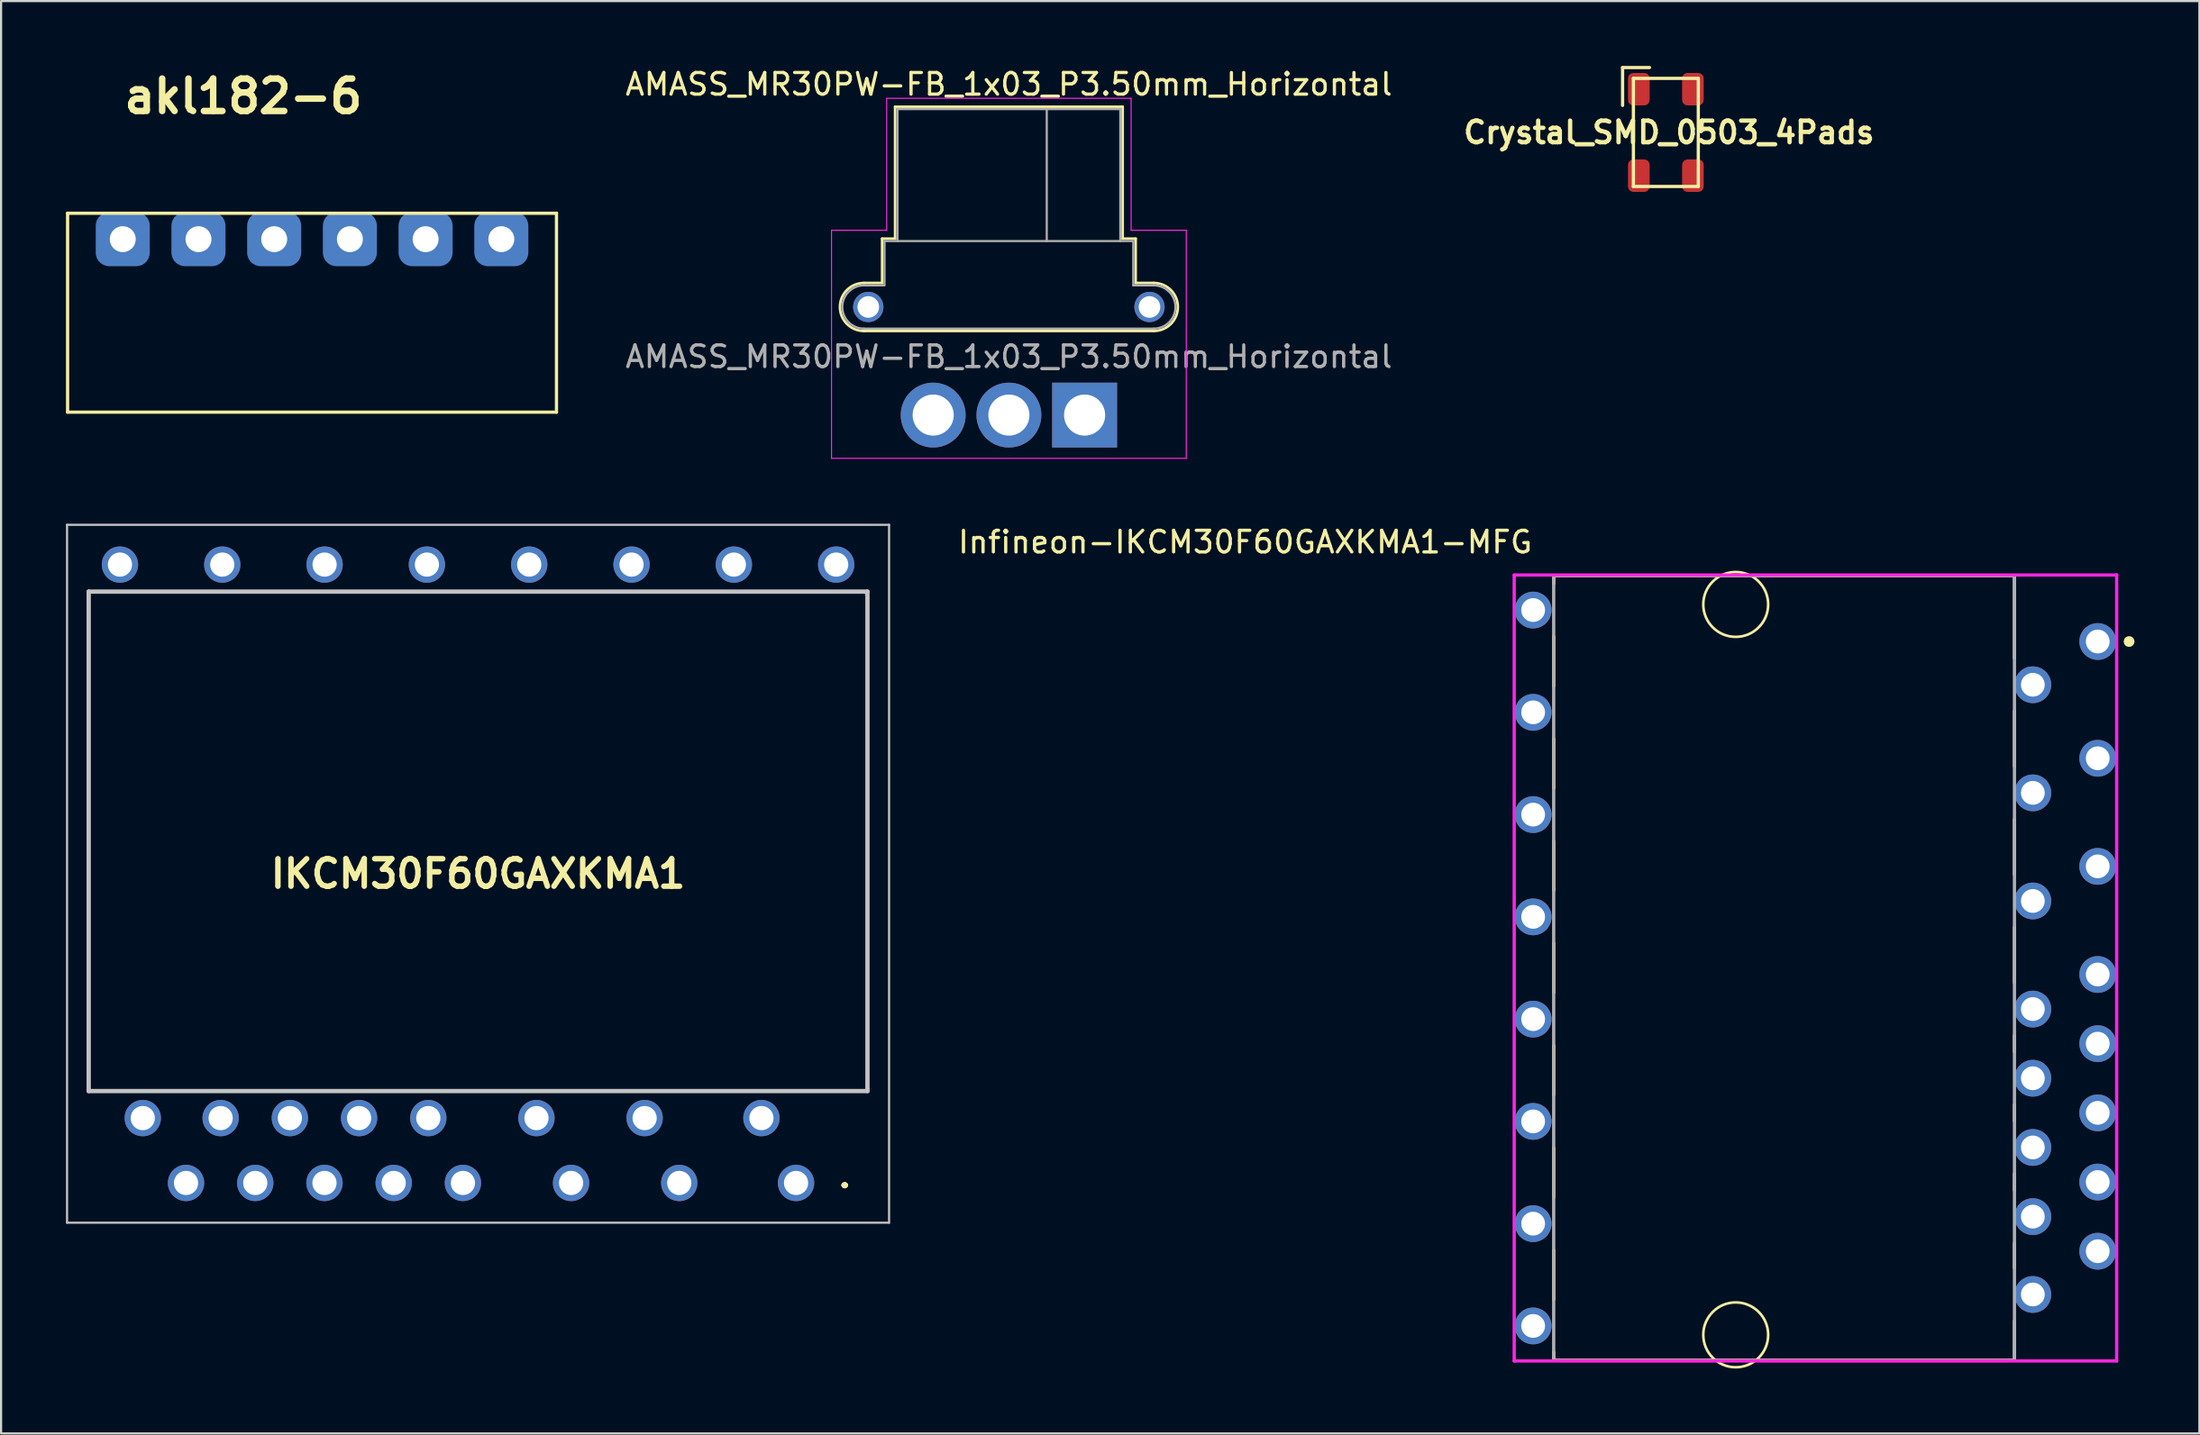
<source format=kicad_pcb>
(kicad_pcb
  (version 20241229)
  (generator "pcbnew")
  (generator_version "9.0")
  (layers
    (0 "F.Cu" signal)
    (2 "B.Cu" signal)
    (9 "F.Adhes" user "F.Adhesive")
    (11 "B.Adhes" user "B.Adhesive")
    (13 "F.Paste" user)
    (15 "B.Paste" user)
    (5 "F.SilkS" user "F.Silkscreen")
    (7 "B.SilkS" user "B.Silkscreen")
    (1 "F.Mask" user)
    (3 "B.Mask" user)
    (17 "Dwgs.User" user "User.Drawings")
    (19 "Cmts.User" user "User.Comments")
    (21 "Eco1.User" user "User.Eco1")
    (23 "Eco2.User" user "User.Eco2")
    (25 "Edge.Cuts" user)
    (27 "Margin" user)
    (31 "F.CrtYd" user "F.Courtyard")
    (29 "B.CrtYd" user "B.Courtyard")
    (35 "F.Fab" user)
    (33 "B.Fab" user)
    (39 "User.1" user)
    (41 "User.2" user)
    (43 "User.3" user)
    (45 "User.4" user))
  (footprint "akl182-6"
    (layer "F.Cu")
    (at 2.625 8.012)
    (property "Reference" "akl182-6" (at 5.572 -6.608 0) (layer "F.SilkS") (effects (font (size 1.5 1.5) (thickness 0.3))))
    (attr through_hole)
    (fp_line (start -2.55 -1.2) (end 20.05 -1.2) (stroke (width 0.15) (type solid)) (layer "F.SilkS"))
    (fp_line (start -2.55 8) (end -2.55 -1.2) (stroke (width 0.15) (type solid)) (layer "F.SilkS"))
    (fp_line (start -2.55 8) (end 20.05 8) (stroke (width 0.15) (type solid)) (layer "F.SilkS"))
    (fp_line (start 20.05 -1.2) (end 20.05 8) (stroke (width 0.15) (type solid)) (layer "F.SilkS"))
    (pad "1" thru_hole circle (at 0 0) (size 1.5 1.5) (drill 1.2) (layers "*.Cu" "*.Mask"))
    (pad "1" smd roundrect (at 0 0) (size 2.5 2.5) (layers "B.Cu" "B.Mask") (roundrect_rratio 0.25))
    (pad "2" thru_hole circle (at 3.5 0) (size 1.5 1.5) (drill 1.2) (layers "*.Cu" "*.Mask"))
    (pad "2" smd roundrect (at 3.5 0) (size 2.5 2.5) (layers "B.Cu" "B.Mask") (roundrect_rratio 0.25))
    (pad "3" thru_hole circle (at 7 0) (size 1.5 1.5) (drill 1.2) (layers "*.Cu" "*.Mask"))
    (pad "3" smd roundrect (at 7 0) (size 2.5 2.5) (layers "B.Cu" "B.Mask") (roundrect_rratio 0.25))
    (pad "4" thru_hole circle (at 10.5 0) (size 1.5 1.5) (drill 1.2) (layers "*.Cu" "*.Mask"))
    (pad "4" smd roundrect (at 10.5 0) (size 2.5 2.5) (layers "B.Cu" "B.Mask") (roundrect_rratio 0.25))
    (pad "5" thru_hole circle (at 14 0) (size 1.5 1.5) (drill 1.2) (layers "*.Cu" "*.Mask"))
    (pad "5" smd roundrect (at 14 0) (size 2.5 2.5) (layers "B.Cu" "B.Mask") (roundrect_rratio 0.25))
    (pad "6" thru_hole circle (at 17.5 0) (size 1.5 1.5) (drill 1.2) (layers "*.Cu" "*.Mask"))
    (pad "6" smd roundrect (at 17.5 0) (size 2.5 2.5) (layers "B.Cu" "B.Mask") (roundrect_rratio 0.25)))
  (footprint "Infineon-IKCM30F60GAXKMA1-MFG"
    (layer "F.Cu")
    (at 79.424 41.721)
    (property "Reference" "Infineon-IKCM30F60GAXKMA1-MFG" (at -11.55 -19.7 180) (layer "F.SilkS") (effects (font (size 1 1) (thickness 0.15)) (justify right)))
    (attr through_hole)
    (fp_line (start -10.65 -18.15) (end 10.65 -18.15) (stroke (width 0.15) (type solid)) (layer "F.SilkS"))
    (fp_line (start -10.65 -17.78) (end -10.65 -18.15) (stroke (width 0.15) (type solid)) (layer "F.SilkS"))
    (fp_line (start -10.65 -13.05) (end -10.65 -15.33) (stroke (width 0.15) (type solid)) (layer "F.SilkS"))
    (fp_line (start -10.65 -8.32) (end -10.65 -10.6) (stroke (width 0.15) (type solid)) (layer "F.SilkS"))
    (fp_line (start -10.65 -3.59) (end -10.65 -5.87) (stroke (width 0.15) (type solid)) (layer "F.SilkS"))
    (fp_line (start -10.65 1.14) (end -10.65 -1.14) (stroke (width 0.15) (type solid)) (layer "F.SilkS"))
    (fp_line (start -10.65 5.87) (end -10.65 3.59) (stroke (width 0.15) (type solid)) (layer "F.SilkS"))
    (fp_line (start -10.65 10.6) (end -10.65 8.32) (stroke (width 0.15) (type solid)) (layer "F.SilkS"))
    (fp_line (start -10.65 15.33) (end -10.65 13.05) (stroke (width 0.15) (type solid)) (layer "F.SilkS"))
    (fp_line (start -10.65 18.15) (end -10.65 17.78) (stroke (width 0.15) (type solid)) (layer "F.SilkS"))
    (fp_line (start -10.65 18.15) (end 10.65 18.15) (stroke (width 0.15) (type solid)) (layer "F.SilkS"))
    (fp_line (start 10.65 -14.325) (end 10.65 -18.15) (stroke (width 0.15) (type solid)) (layer "F.SilkS"))
    (fp_line (start 10.65 -9.325) (end 10.65 -11.875) (stroke (width 0.15) (type solid)) (layer "F.SilkS"))
    (fp_line (start 10.65 -4.325) (end 10.65 -6.875) (stroke (width 0.15) (type solid)) (layer "F.SilkS"))
    (fp_line (start 10.65 0.675) (end 10.65 -1.875) (stroke (width 0.15) (type solid)) (layer "F.SilkS"))
    (fp_line (start 10.65 3.875) (end 10.65 3.125) (stroke (width 0.15) (type solid)) (layer "F.SilkS"))
    (fp_line (start 10.65 7.075) (end 10.65 6.325) (stroke (width 0.15) (type solid)) (layer "F.SilkS"))
    (fp_line (start 10.65 10.275) (end 10.65 9.525) (stroke (width 0.15) (type solid)) (layer "F.SilkS"))
    (fp_line (start 10.65 13.875) (end 10.65 12.725) (stroke (width 0.15) (type solid)) (layer "F.SilkS"))
    (fp_line (start 10.65 18.15) (end 10.65 16.325) (stroke (width 0.15) (type solid)) (layer "F.SilkS"))
    (fp_circle (center -2.235 -16.815) (end -0.735 -16.815) (stroke (width 0.12) (type solid)) (fill no) (layer "F.SilkS"))
    (fp_circle (center -2.235 16.967) (end -0.735 16.967) (stroke (width 0.12) (type solid)) (fill no) (layer "F.SilkS"))
    (fp_circle (center 15.95 -15.1) (end 16.075 -15.1) (stroke (width 0.25) (type solid)) (fill no) (layer "F.SilkS"))
    (fp_line (start -12.475 -18.175) (end -12.475 18.175) (stroke (width 0.15) (type solid)) (layer "F.CrtYd"))
    (fp_line (start -12.475 18.175) (end 15.375 18.175) (stroke (width 0.15) (type solid)) (layer "F.CrtYd"))
    (fp_line (start 15.375 -18.175) (end -12.475 -18.175) (stroke (width 0.15) (type solid)) (layer "F.CrtYd"))
    (fp_line (start 15.375 -18.175) (end 15.375 -18.175) (stroke (width 0.15) (type solid)) (layer "F.CrtYd"))
    (fp_line (start 15.375 18.175) (end 15.375 -18.175) (stroke (width 0.15) (type solid)) (layer "F.CrtYd"))
    (fp_line (start -10.65 -18.15) (end 10.65 -18.15) (stroke (width 0.15) (type solid)) (layer "F.Fab"))
    (fp_line (start -10.65 18.15) (end -10.65 -18.15) (stroke (width 0.15) (type solid)) (layer "F.Fab"))
    (fp_line (start 10.65 -18.15) (end 10.65 18.15) (stroke (width 0.15) (type solid)) (layer "F.Fab"))
    (fp_line (start 10.65 18.15) (end -10.65 18.15) (stroke (width 0.15) (type solid)) (layer "F.Fab"))
    (pad "1" thru_hole circle (at 14.5 -15.1) (size 1.7 1.7) (drill 1.1) (layers "*.Cu" "*.Mask"))
    (pad "2" thru_hole circle (at 11.5 -13.1) (size 1.7 1.7) (drill 1.1) (layers "*.Cu" "*.Mask"))
    (pad "3" thru_hole circle (at 14.5 -9.7) (size 1.7 1.7) (drill 1.1) (layers "*.Cu" "*.Mask"))
    (pad "4" thru_hole circle (at 11.5 -8.1) (size 1.7 1.7) (drill 1.1) (layers "*.Cu" "*.Mask"))
    (pad "5" thru_hole circle (at 14.5 -4.7) (size 1.7 1.7) (drill 1.1) (layers "*.Cu" "*.Mask"))
    (pad "6" thru_hole circle (at 11.5 -3.1) (size 1.7 1.7) (drill 1.1) (layers "*.Cu" "*.Mask"))
    (pad "7" thru_hole circle (at 14.5 0.3) (size 1.7 1.7) (drill 1.1) (layers "*.Cu" "*.Mask"))
    (pad "8" thru_hole circle (at 11.5 1.9) (size 1.7 1.7) (drill 1.1) (layers "*.Cu" "*.Mask"))
    (pad "9" thru_hole circle (at 14.5 3.5) (size 1.7 1.7) (drill 1.1) (layers "*.Cu" "*.Mask"))
    (pad "10" thru_hole circle (at 11.5 5.1) (size 1.7 1.7) (drill 1.1) (layers "*.Cu" "*.Mask"))
    (pad "11" thru_hole circle (at 14.5 6.7) (size 1.7 1.7) (drill 1.1) (layers "*.Cu" "*.Mask"))
    (pad "12" thru_hole circle (at 11.5 8.3) (size 1.7 1.7) (drill 1.1) (layers "*.Cu" "*.Mask"))
    (pad "13" thru_hole circle (at 14.5 9.9) (size 1.7 1.7) (drill 1.1) (layers "*.Cu" "*.Mask"))
    (pad "14" thru_hole circle (at 11.5 11.5) (size 1.7 1.7) (drill 1.1) (layers "*.Cu" "*.Mask"))
    (pad "15" thru_hole circle (at 14.5 13.1) (size 1.7 1.7) (drill 1.1) (layers "*.Cu" "*.Mask"))
    (pad "16" thru_hole circle (at 11.5 15.1) (size 1.7 1.7) (drill 1.1) (layers "*.Cu" "*.Mask"))
    (pad "17" thru_hole circle (at -11.6 16.555) (size 1.7 1.7) (drill 1.1) (layers "*.Cu" "*.Mask"))
    (pad "18" thru_hole circle (at -11.6 11.825) (size 1.7 1.7) (drill 1.1) (layers "*.Cu" "*.Mask"))
    (pad "19" thru_hole circle (at -11.6 7.095) (size 1.7 1.7) (drill 1.1) (layers "*.Cu" "*.Mask"))
    (pad "20" thru_hole circle (at -11.6 2.365) (size 1.7 1.7) (drill 1.1) (layers "*.Cu" "*.Mask"))
    (pad "21" thru_hole circle (at -11.6 -2.365) (size 1.7 1.7) (drill 1.1) (layers "*.Cu" "*.Mask"))
    (pad "22" thru_hole circle (at -11.6 -7.095) (size 1.7 1.7) (drill 1.1) (layers "*.Cu" "*.Mask"))
    (pad "23" thru_hole circle (at -11.6 -11.825) (size 1.7 1.7) (drill 1.1) (layers "*.Cu" "*.Mask"))
    (pad "24" thru_hole circle (at -11.6 -16.555) (size 1.7 1.7) (drill 1.1) (layers "*.Cu" "*.Mask")))
  (footprint "Crystal_SMD_0503_4Pads"
    (layer "F.Cu")
    (at 73.959 3.075)
    (property "Reference" "Crystal_SMD_0503_4Pads" (at 0.146 0 0) (layer "F.SilkS") (effects (font (size 1 1) (thickness 0.2))))
    (attr smd)
    (fp_line (start -2 -3) (end -2 -1.25) (stroke (width 0.15) (type solid)) (layer "F.SilkS"))
    (fp_line (start -1.5 -2.5) (end 1.5 -2.5) (stroke (width 0.15) (type solid)) (layer "F.SilkS"))
    (fp_line (start -1.5 2.5) (end -1.5 -2.5) (stroke (width 0.15) (type solid)) (layer "F.SilkS"))
    (fp_line (start -0.75 -3) (end -2 -3) (stroke (width 0.15) (type solid)) (layer "F.SilkS"))
    (fp_line (start 1.5 -2.5) (end 1.5 2.5) (stroke (width 0.15) (type solid)) (layer "F.SilkS"))
    (fp_line (start 1.5 2.5) (end -1.5 2.5) (stroke (width 0.15) (type solid)) (layer "F.SilkS"))
    (pad "1" smd roundrect (at -1.25 -2 270) (size 1.5 1) (layers "F.Cu" "F.Mask" "F.Paste") (roundrect_rratio 0.25))
    (pad "2" smd roundrect (at 1.25 2 270) (size 1.5 1) (layers "F.Cu" "F.Mask" "F.Paste") (roundrect_rratio 0.25))
    (pad "3" smd roundrect (at -1.25 2 270) (size 1.5 1) (layers "F.Cu" "F.Mask" "F.Paste") (roundrect_rratio 0.25))
    (pad "3" smd roundrect (at 1.25 -2 270) (size 1.5 1) (layers "F.Cu" "F.Mask" "F.Paste") (roundrect_rratio 0.25)))
  (footprint "AMASS_MR30PW-FB_1x03_P3.50mm_Horizontal"
    (layer "F.Cu")
    (at 47.089 16.148)
    (property "Reference" "AMASS_MR30PW-FB_1x03_P3.50mm_Horizontal" (at -3.5 -15.3 0) (layer "F.SilkS") (effects (font (size 1 1) (thickness 0.15))))
    (attr through_hole)
    (fp_line (start -10.2 -6.11) (end -9.36 -6.11) (stroke (width 0.12) (type solid)) (layer "F.SilkS"))
    (fp_line (start -10.2 -3.89) (end 3.2 -3.89) (stroke (width 0.12) (type solid)) (layer "F.SilkS"))
    (fp_line (start -9.36 -8.16) (end -9.36 -6.11) (stroke (width 0.12) (type solid)) (layer "F.SilkS"))
    (fp_line (start -9.36 -8.16) (end -8.76 -8.16) (stroke (width 0.12) (type solid)) (layer "F.SilkS"))
    (fp_line (start -8.76 -14.26) (end -8.76 -8.16) (stroke (width 0.12) (type solid)) (layer "F.SilkS"))
    (fp_line (start -8.76 -14.26) (end 1.76 -14.26) (stroke (width 0.12) (type solid)) (layer "F.SilkS"))
    (fp_line (start 1.76 -14.26) (end 1.76 -8.16) (stroke (width 0.12) (type solid)) (layer "F.SilkS"))
    (fp_line (start 1.76 -8.16) (end 2.36 -8.16) (stroke (width 0.12) (type solid)) (layer "F.SilkS"))
    (fp_line (start 2.36 -8.16) (end 2.36 -6.11) (stroke (width 0.12) (type solid)) (layer "F.SilkS"))
    (fp_line (start 2.36 -6.11) (end 3.2 -6.11) (stroke (width 0.12) (type solid)) (layer "F.SilkS"))
    (fp_arc (start -10.2 -3.89) (mid -11.31 -5) (end -10.2 -6.11) (stroke (width 0.12) (type solid)) (layer "F.SilkS"))
    (fp_arc (start 3.2 -6.11) (mid 4.31 -5) (end 3.2 -3.89) (stroke (width 0.12) (type solid)) (layer "F.SilkS"))
    (fp_line (start -11.7 -8.55) (end -11.7 2) (stroke (width 0.05) (type solid)) (layer "F.CrtYd"))
    (fp_line (start -11.7 2) (end 4.7 2) (stroke (width 0.05) (type solid)) (layer "F.CrtYd"))
    (fp_line (start -9.15 -14.65) (end -9.15 -8.55) (stroke (width 0.05) (type solid)) (layer "F.CrtYd"))
    (fp_line (start -9.15 -14.65) (end 2.15 -14.65) (stroke (width 0.05) (type solid)) (layer "F.CrtYd"))
    (fp_line (start -9.15 -8.55) (end -11.7 -8.55) (stroke (width 0.05) (type solid)) (layer "F.CrtYd"))
    (fp_line (start 2.15 -14.65) (end 2.15 -8.55) (stroke (width 0.05) (type solid)) (layer "F.CrtYd"))
    (fp_line (start 4.7 -8.55) (end 2.15 -8.55) (stroke (width 0.05) (type solid)) (layer "F.CrtYd"))
    (fp_line (start 4.7 -8.55) (end 4.7 2) (stroke (width 0.05) (type solid)) (layer "F.CrtYd"))
    (fp_line (start -10.2 -6) (end -9.25 -6) (stroke (width 0.1) (type solid)) (layer "F.Fab"))
    (fp_line (start -10.2 -4) (end 3.2 -4) (stroke (width 0.1) (type solid)) (layer "F.Fab"))
    (fp_line (start -9.25 -8.05) (end -9.25 -6.05) (stroke (width 0.1) (type solid)) (layer "F.Fab"))
    (fp_line (start -9.25 -8.05) (end 2.25 -8.05) (stroke (width 0.1) (type solid)) (layer "F.Fab"))
    (fp_line (start -8.65 -14.15) (end -8.65 -8.05) (stroke (width 0.1) (type solid)) (layer "F.Fab"))
    (fp_line (start -8.65 -14.15) (end 1.65 -14.15) (stroke (width 0.1) (type solid)) (layer "F.Fab"))
    (fp_line (start -1.75 -14.15) (end -1.75 -8.05) (stroke (width 0.1) (type solid)) (layer "F.Fab"))
    (fp_line (start 1.65 -14.15) (end 1.65 -8.05) (stroke (width 0.1) (type solid)) (layer "F.Fab"))
    (fp_line (start 2.25 -8.05) (end 2.25 -6) (stroke (width 0.1) (type solid)) (layer "F.Fab"))
    (fp_line (start 2.255 -6) (end 3.2 -6) (stroke (width 0.1) (type solid)) (layer "F.Fab"))
    (fp_arc (start -10.2 -4) (mid -11.2 -5) (end -10.2 -6) (stroke (width 0.1) (type solid)) (layer "F.Fab"))
    (fp_arc (start 3.2 -6) (mid 4.2 -5) (end 3.2 -4) (stroke (width 0.1) (type solid)) (layer "F.Fab"))
    (fp_text user "${REFERENCE}" (at -3.5 -2.7 0) (layer "F.Fab") (effects (font (size 1 1) (thickness 0.15))))
    (pad "" thru_hole circle (at -10 -5) (size 1.4 1.4) (drill 1) (layers "*.Cu" "*.Mask"))
    (pad "" thru_hole circle (at 3 -5 90) (size 1.4 1.4) (drill 1) (layers "*.Cu" "*.Mask"))
    (pad "1" thru_hole rect (at 0 0) (size 3 3) (drill 1.9) (layers "*.Cu" "*.Mask"))
    (pad "2" thru_hole circle (at -3.5 0) (size 3 3) (drill 1.9) (layers "*.Cu" "*.Mask"))
    (pad "3" thru_hole circle (at -7 0) (size 3 3) (drill 1.9) (layers "*.Cu" "*.Mask")))
  (footprint "IKCM30F60GAXKMA1"
    (layer "F.Cu")
    (at 33.75 51.663)
    (property "Reference" "IKCM30F60GAXKMA1" (at -14.7 -14.3 0) (layer "F.SilkS") (effects (font (size 1.27 1.27) (thickness 0.254))))
    (attr through_hole exclude_from_pos_files)
    (fp_line (start -32.7 -27.35) (end -32.7 -4.25) (stroke (width 0.1) (type solid)) (layer "F.SilkS"))
    (fp_line (start -32.7 -4.25) (end 3.3 -4.25) (stroke (width 0.1) (type solid)) (layer "F.SilkS"))
    (fp_line (start 2.2 0.1) (end 2.2 0.1) (stroke (width 0.2) (type solid)) (layer "F.SilkS"))
    (fp_line (start 2.2 0.1) (end 2.2 0.1) (stroke (width 0.2) (type solid)) (layer "F.SilkS"))
    (fp_line (start 2.3 0.1) (end 2.3 0.1) (stroke (width 0.2) (type solid)) (layer "F.SilkS"))
    (fp_line (start 3.3 -27.35) (end -32.7 -27.35) (stroke (width 0.1) (type solid)) (layer "F.SilkS"))
    (fp_line (start 3.3 -4.25) (end 3.3 -27.35) (stroke (width 0.1) (type solid)) (layer "F.SilkS"))
    (fp_arc (start 2.2 0.1) (mid 2.25 0.05) (end 2.3 0.1) (stroke (width 0.2) (type solid)) (layer "F.SilkS"))
    (fp_arc (start 2.3 0.1) (mid 2.25 0.15) (end 2.2 0.1) (stroke (width 0.2) (type solid)) (layer "F.SilkS"))
    (fp_arc (start 2.3 0.1) (mid 2.25 0.15) (end 2.2 0.1) (stroke (width 0.2) (type solid)) (layer "F.SilkS"))
    (fp_line (start -33.7 -30.44) (end -33.7 1.84) (stroke (width 0.1) (type solid)) (layer "Dwgs.User"))
    (fp_line (start -33.7 1.84) (end 4.3 1.84) (stroke (width 0.1) (type solid)) (layer "Dwgs.User"))
    (fp_line (start -32.7 -27.35) (end 3.3 -27.35) (stroke (width 0.2) (type solid)) (layer "Dwgs.User"))
    (fp_line (start -32.7 -4.25) (end -32.7 -27.35) (stroke (width 0.2) (type solid)) (layer "Dwgs.User"))
    (fp_line (start 3.3 -27.35) (end 3.3 -4.25) (stroke (width 0.2) (type solid)) (layer "Dwgs.User"))
    (fp_line (start 3.3 -4.25) (end -32.7 -4.25) (stroke (width 0.2) (type solid)) (layer "Dwgs.User"))
    (fp_line (start 4.3 -30.44) (end -33.7 -30.44) (stroke (width 0.1) (type solid)) (layer "Dwgs.User"))
    (fp_line (start 4.3 1.84) (end 4.3 -30.44) (stroke (width 0.1) (type solid)) (layer "Dwgs.User"))
    (pad "1" thru_hole circle (at 0 0 90) (size 1.68 1.68) (drill 1.12) (layers "*.Cu" "*.Mask"))
    (pad "2" thru_hole circle (at -1.6 -3 90) (size 1.68 1.68) (drill 1.12) (layers "*.Cu" "*.Mask"))
    (pad "3" thru_hole circle (at -5.4 0 90) (size 1.68 1.68) (drill 1.12) (layers "*.Cu" "*.Mask"))
    (pad "4" thru_hole circle (at -7 -3 90) (size 1.68 1.68) (drill 1.12) (layers "*.Cu" "*.Mask"))
    (pad "5" thru_hole circle (at -10.4 0 90) (size 1.68 1.68) (drill 1.12) (layers "*.Cu" "*.Mask"))
    (pad "6" thru_hole circle (at -12 -3 90) (size 1.68 1.68) (drill 1.12) (layers "*.Cu" "*.Mask"))
    (pad "7" thru_hole circle (at -15.4 0 90) (size 1.68 1.68) (drill 1.12) (layers "*.Cu" "*.Mask"))
    (pad "8" thru_hole circle (at -17 -3 90) (size 1.68 1.68) (drill 1.12) (layers "*.Cu" "*.Mask"))
    (pad "9" thru_hole circle (at -18.6 0 90) (size 1.68 1.68) (drill 1.12) (layers "*.Cu" "*.Mask"))
    (pad "10" thru_hole circle (at -20.2 -3 90) (size 1.68 1.68) (drill 1.12) (layers "*.Cu" "*.Mask"))
    (pad "11" thru_hole circle (at -21.8 0 90) (size 1.68 1.68) (drill 1.12) (layers "*.Cu" "*.Mask"))
    (pad "12" thru_hole circle (at -23.4 -3 90) (size 1.68 1.68) (drill 1.12) (layers "*.Cu" "*.Mask"))
    (pad "13" thru_hole circle (at -25 0 90) (size 1.68 1.68) (drill 1.12) (layers "*.Cu" "*.Mask"))
    (pad "14" thru_hole circle (at -26.6 -3 90) (size 1.68 1.68) (drill 1.12) (layers "*.Cu" "*.Mask"))
    (pad "15" thru_hole circle (at -28.2 0 90) (size 1.68 1.68) (drill 1.12) (layers "*.Cu" "*.Mask"))
    (pad "16" thru_hole circle (at -30.2 -3 90) (size 1.68 1.68) (drill 1.12) (layers "*.Cu" "*.Mask"))
    (pad "17" thru_hole circle (at -31.255 -28.6 90) (size 1.68 1.68) (drill 1.12) (layers "*.Cu" "*.Mask"))
    (pad "18" thru_hole circle (at -26.525 -28.6 90) (size 1.68 1.68) (drill 1.12) (layers "*.Cu" "*.Mask"))
    (pad "19" thru_hole circle (at -21.795 -28.6 90) (size 1.68 1.68) (drill 1.12) (layers "*.Cu" "*.Mask"))
    (pad "20" thru_hole circle (at -17.065 -28.6 90) (size 1.68 1.68) (drill 1.12) (layers "*.Cu" "*.Mask"))
    (pad "21" thru_hole circle (at -12.335 -28.6 90) (size 1.68 1.68) (drill 1.12) (layers "*.Cu" "*.Mask"))
    (pad "22" thru_hole circle (at -7.605 -28.6 90) (size 1.68 1.68) (drill 1.12) (layers "*.Cu" "*.Mask"))
    (pad "23" thru_hole circle (at -2.875 -28.6 90) (size 1.68 1.68) (drill 1.12) (layers "*.Cu" "*.Mask"))
    (pad "24" thru_hole circle (at 1.855 -28.6 90) (size 1.68 1.68) (drill 1.12) (layers "*.Cu" "*.Mask")))
  (gr_rect
    (start -3 -3)
    (end 98.624 63.249)
    (stroke (width 0.1) (type default))
    (fill no)
    (layer "Edge.Cuts")))
</source>
